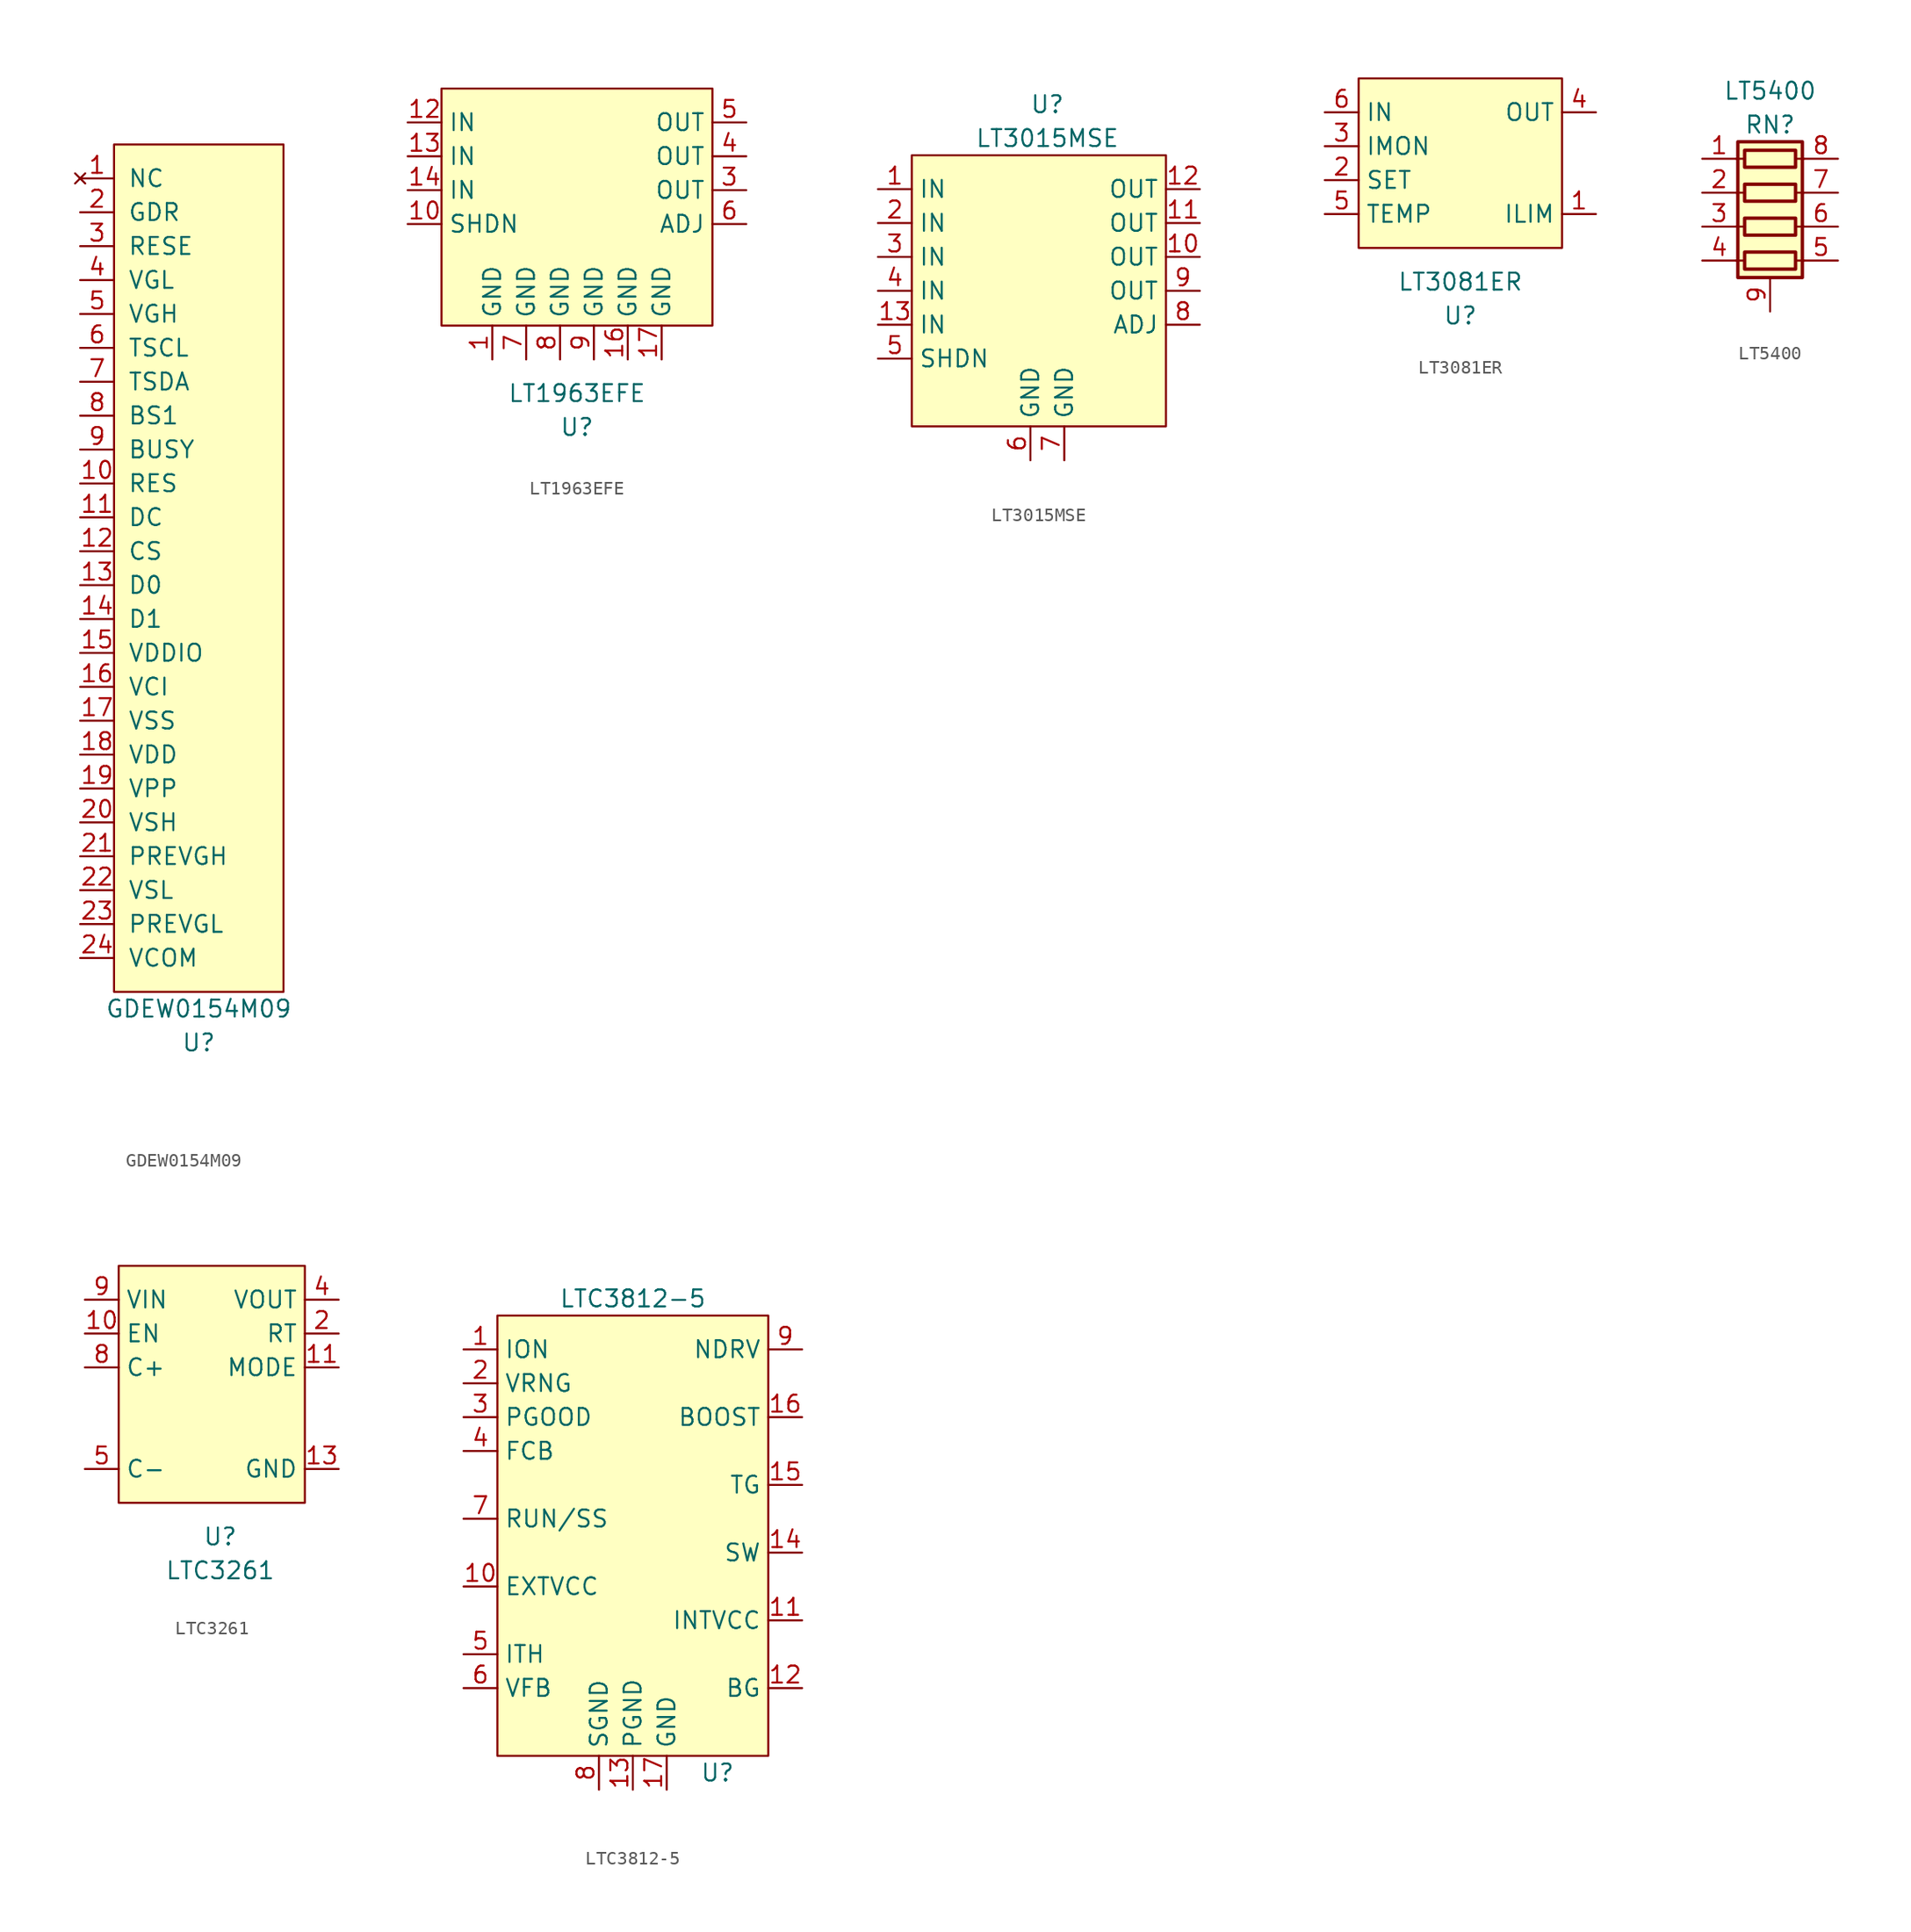
<source format=kicad_sym>
(kicad_symbol_lib
  (version 20211014)
  (generator kicad_symbol_editor)
  (symbol "GDEW0154M09"
    (pin_names
      (offset 1.016))
    (property "Reference" "U"
      (at 2.54 -3.81 0)
      (effects (font (size 1.27 1.27))))
    (property "Value" "GDEW0154M09"
      (at 2.54 -1.27 0)
      (effects (font (size 1.27 1.27))))
    (symbol "GDEW0154M09_0_1"
      (rectangle (start -3.81 63.5) (end 8.89 0) (stroke (width 0) (type default) (color 0 0 0 0)) (fill (type background))))
    (symbol "GDEW0154M09_1_1"
      (pin no_connect line (at -6.35 60.96 0) (length 2.54) (name "NC" (effects (font (size 1.27 1.27)))) (number "1" (effects (font (size 1.27 1.27)))))
      (pin bidirectional line (at -6.35 38.1 0) (length 2.54) (name "RES" (effects (font (size 1.27 1.27)))) (number "10" (effects (font (size 1.27 1.27)))))
      (pin bidirectional line (at -6.35 35.56 0) (length 2.54) (name "DC" (effects (font (size 1.27 1.27)))) (number "11" (effects (font (size 1.27 1.27)))))
      (pin bidirectional line (at -6.35 33.02 0) (length 2.54) (name "CS" (effects (font (size 1.27 1.27)))) (number "12" (effects (font (size 1.27 1.27)))))
      (pin bidirectional line (at -6.35 30.48 0) (length 2.54) (name "D0" (effects (font (size 1.27 1.27)))) (number "13" (effects (font (size 1.27 1.27)))))
      (pin bidirectional line (at -6.35 27.94 0) (length 2.54) (name "D1" (effects (font (size 1.27 1.27)))) (number "14" (effects (font (size 1.27 1.27)))))
      (pin power_in line (at -6.35 25.4 0) (length 2.54) (name "VDDIO" (effects (font (size 1.27 1.27)))) (number "15" (effects (font (size 1.27 1.27)))))
      (pin power_in line (at -6.35 22.86 0) (length 2.54) (name "VCI" (effects (font (size 1.27 1.27)))) (number "16" (effects (font (size 1.27 1.27)))))
      (pin power_in line (at -6.35 20.32 0) (length 2.54) (name "VSS" (effects (font (size 1.27 1.27)))) (number "17" (effects (font (size 1.27 1.27)))))
      (pin bidirectional line (at -6.35 17.78 0) (length 2.54) (name "VDD" (effects (font (size 1.27 1.27)))) (number "18" (effects (font (size 1.27 1.27)))))
      (pin bidirectional line (at -6.35 15.24 0) (length 2.54) (name "VPP" (effects (font (size 1.27 1.27)))) (number "19" (effects (font (size 1.27 1.27)))))
      (pin bidirectional line (at -6.35 58.42 0) (length 2.54) (name "GDR" (effects (font (size 1.27 1.27)))) (number "2" (effects (font (size 1.27 1.27)))))
      (pin bidirectional line (at -6.35 12.7 0) (length 2.54) (name "VSH" (effects (font (size 1.27 1.27)))) (number "20" (effects (font (size 1.27 1.27)))))
      (pin bidirectional line (at -6.35 10.16 0) (length 2.54) (name "PREVGH" (effects (font (size 1.27 1.27)))) (number "21" (effects (font (size 1.27 1.27)))))
      (pin bidirectional line (at -6.35 7.62 0) (length 2.54) (name "VSL" (effects (font (size 1.27 1.27)))) (number "22" (effects (font (size 1.27 1.27)))))
      (pin bidirectional line (at -6.35 5.08 0) (length 2.54) (name "PREVGL" (effects (font (size 1.27 1.27)))) (number "23" (effects (font (size 1.27 1.27)))))
      (pin bidirectional line (at -6.35 2.54 0) (length 2.54) (name "VCOM" (effects (font (size 1.27 1.27)))) (number "24" (effects (font (size 1.27 1.27)))))
      (pin bidirectional line (at -6.35 55.88 0) (length 2.54) (name "RESE" (effects (font (size 1.27 1.27)))) (number "3" (effects (font (size 1.27 1.27)))))
      (pin bidirectional line (at -6.35 53.34 0) (length 2.54) (name "VGL" (effects (font (size 1.27 1.27)))) (number "4" (effects (font (size 1.27 1.27)))))
      (pin bidirectional line (at -6.35 50.8 0) (length 2.54) (name "VGH" (effects (font (size 1.27 1.27)))) (number "5" (effects (font (size 1.27 1.27)))))
      (pin bidirectional line (at -6.35 48.26 0) (length 2.54) (name "TSCL" (effects (font (size 1.27 1.27)))) (number "6" (effects (font (size 1.27 1.27)))))
      (pin bidirectional line (at -6.35 45.72 0) (length 2.54) (name "TSDA" (effects (font (size 1.27 1.27)))) (number "7" (effects (font (size 1.27 1.27)))))
      (pin input line (at -6.35 43.18 0) (length 2.54) (name "BS1" (effects (font (size 1.27 1.27)))) (number "8" (effects (font (size 1.27 1.27)))))
      (pin bidirectional line (at -6.35 40.64 0) (length 2.54) (name "BUSY" (effects (font (size 1.27 1.27)))) (number "9" (effects (font (size 1.27 1.27)))))))
  (symbol "LT1963EFE"
    (property "Reference" "U"
      (at 0 -5.08 0)
      (effects (font (size 1.27 1.27))))
    (property "Value" "LT1963EFE"
      (at 0 -2.54 0)
      (effects (font (size 1.27 1.27))))
    (symbol "LT1963EFE_0_0"
      (pin power_in line (at -6.35 0 90) (length 2.54) (name "GND" (effects (font (size 1.27 1.27)))) (number "1" (effects (font (size 1.27 1.27)))))
      (pin input line (at -12.7 10.16 0) (length 2.54) (name "SHDN" (effects (font (size 1.27 1.27)))) (number "10" (effects (font (size 1.27 1.27)))))
      (pin no_connect line (at -1.27 15.24 90) (length 2.54) hide (name "NC" (effects (font (size 1.27 1.27)))) (number "11" (effects (font (size 1.27 1.27)))))
      (pin power_in line (at -12.7 17.78 0) (length 2.54) (name "IN" (effects (font (size 1.27 1.27)))) (number "12" (effects (font (size 1.27 1.27)))))
      (pin power_in line (at -12.7 15.24 0) (length 2.54) (name "IN" (effects (font (size 1.27 1.27)))) (number "13" (effects (font (size 1.27 1.27)))))
      (pin power_in line (at -12.7 12.7 0) (length 2.54) (name "IN" (effects (font (size 1.27 1.27)))) (number "14" (effects (font (size 1.27 1.27)))))
      (pin no_connect line (at 1.27 15.24 90) (length 2.54) hide (name "NC" (effects (font (size 1.27 1.27)))) (number "15" (effects (font (size 1.27 1.27)))))
      (pin power_in line (at 3.81 0 90) (length 2.54) (name "GND" (effects (font (size 1.27 1.27)))) (number "16" (effects (font (size 1.27 1.27)))))
      (pin power_in line (at 6.35 0 90) (length 2.54) (name "GND" (effects (font (size 1.27 1.27)))) (number "17" (effects (font (size 1.27 1.27)))))
      (pin no_connect line (at -3.81 15.24 90) (length 2.54) hide (name "NC" (effects (font (size 1.27 1.27)))) (number "2" (effects (font (size 1.27 1.27)))))
      (pin power_out line (at 12.7 12.7 180) (length 2.54) (name "OUT" (effects (font (size 1.27 1.27)))) (number "3" (effects (font (size 1.27 1.27)))))
      (pin power_out line (at 12.7 15.24 180) (length 2.54) (name "OUT" (effects (font (size 1.27 1.27)))) (number "4" (effects (font (size 1.27 1.27)))))
      (pin power_out line (at 12.7 17.78 180) (length 2.54) (name "OUT" (effects (font (size 1.27 1.27)))) (number "5" (effects (font (size 1.27 1.27)))))
      (pin input line (at 12.7 10.16 180) (length 2.54) (name "ADJ" (effects (font (size 1.27 1.27)))) (number "6" (effects (font (size 1.27 1.27)))))
      (pin power_in line (at -3.81 0 90) (length 2.54) (name "GND" (effects (font (size 1.27 1.27)))) (number "7" (effects (font (size 1.27 1.27)))))
      (pin power_in line (at -1.27 0 90) (length 2.54) (name "GND" (effects (font (size 1.27 1.27)))) (number "8" (effects (font (size 1.27 1.27)))))
      (pin power_in line (at 1.27 0 90) (length 2.54) (name "GND" (effects (font (size 1.27 1.27)))) (number "9" (effects (font (size 1.27 1.27))))))
    (symbol "LT1963EFE_0_1"
      (rectangle (start -10.16 20.32) (end 10.16 2.54) (stroke (width 0) (type default) (color 0 0 0 0)) (fill (type background)))))
  (symbol "LT3015MSE"
    (property "Reference" "U"
      (at 0 25.4 0)
      (effects (font (size 1.27 1.27))))
    (property "Value" "LT3015MSE"
      (at 0 22.86 0)
      (effects (font (size 1.27 1.27))))
    (symbol "LT3015MSE_0_0"
      (pin power_in line (at -12.7 19.05 0) (length 2.54) (name "IN" (effects (font (size 1.27 1.27)))) (number "1" (effects (font (size 1.27 1.27)))))
      (pin power_out line (at 11.43 13.97 180) (length 2.54) (name "OUT" (effects (font (size 1.27 1.27)))) (number "10" (effects (font (size 1.27 1.27)))))
      (pin power_out line (at 11.43 16.51 180) (length 2.54) (name "OUT" (effects (font (size 1.27 1.27)))) (number "11" (effects (font (size 1.27 1.27)))))
      (pin power_out line (at 11.43 19.05 180) (length 2.54) (name "OUT" (effects (font (size 1.27 1.27)))) (number "12" (effects (font (size 1.27 1.27)))))
      (pin power_in line (at -12.7 8.89 0) (length 2.54) (name "IN" (effects (font (size 1.27 1.27)))) (number "13" (effects (font (size 1.27 1.27)))))
      (pin power_in line (at -12.7 16.51 0) (length 2.54) (name "IN" (effects (font (size 1.27 1.27)))) (number "2" (effects (font (size 1.27 1.27)))))
      (pin power_in line (at -12.7 13.97 0) (length 2.54) (name "IN" (effects (font (size 1.27 1.27)))) (number "3" (effects (font (size 1.27 1.27)))))
      (pin power_in line (at -12.7 11.43 0) (length 2.54) (name "IN" (effects (font (size 1.27 1.27)))) (number "4" (effects (font (size 1.27 1.27)))))
      (pin input line (at -12.7 6.35 0) (length 2.54) (name "SHDN" (effects (font (size 1.27 1.27)))) (number "5" (effects (font (size 1.27 1.27)))))
      (pin power_in line (at -1.27 -1.27 90) (length 2.54) (name "GND" (effects (font (size 1.27 1.27)))) (number "6" (effects (font (size 1.27 1.27)))))
      (pin power_in line (at 1.27 -1.27 90) (length 2.54) (name "GND" (effects (font (size 1.27 1.27)))) (number "7" (effects (font (size 1.27 1.27)))))
      (pin input line (at 11.43 8.89 180) (length 2.54) (name "ADJ" (effects (font (size 1.27 1.27)))) (number "8" (effects (font (size 1.27 1.27)))))
      (pin power_out line (at 11.43 11.43 180) (length 2.54) (name "OUT" (effects (font (size 1.27 1.27)))) (number "9" (effects (font (size 1.27 1.27))))))
    (symbol "LT3015MSE_0_1"
      (rectangle (start -10.16 21.59) (end 8.89 1.27) (stroke (width 0) (type default) (color 0 0 0 0)) (fill (type background)))))
  (symbol "LT3081ER"
    (property "Reference" "U"
      (at 0 -5.08 0)
      (effects (font (size 1.27 1.27))))
    (property "Value" "LT3081ER"
      (at 0 -2.54 0)
      (effects (font (size 1.27 1.27))))
    (symbol "LT3081ER_0_1"
      (rectangle (start -7.62 12.7) (end 7.62 0) (stroke (width 0) (type default) (color 0 0 0 0)) (fill (type background))))
    (symbol "LT3081ER_1_1"
      (pin passive line (at 10.16 2.54 180) (length 2.54) (name "ILIM" (effects (font (size 1.27 1.27)))) (number "1" (effects (font (size 1.27 1.27)))))
      (pin input line (at -10.16 5.08 0) (length 2.54) (name "SET" (effects (font (size 1.27 1.27)))) (number "2" (effects (font (size 1.27 1.27)))))
      (pin output line (at -10.16 7.62 0) (length 2.54) (name "IMON" (effects (font (size 1.27 1.27)))) (number "3" (effects (font (size 1.27 1.27)))))
      (pin power_out line (at 10.16 10.16 180) (length 2.54) (name "OUT" (effects (font (size 1.27 1.27)))) (number "4" (effects (font (size 1.27 1.27)))))
      (pin output line (at -10.16 2.54 0) (length 2.54) (name "TEMP" (effects (font (size 1.27 1.27)))) (number "5" (effects (font (size 1.27 1.27)))))
      (pin power_in line (at -10.16 10.16 0) (length 2.54) (name "IN" (effects (font (size 1.27 1.27)))) (number "6" (effects (font (size 1.27 1.27)))))
      (pin no_connect line (at 0 6.985 90) (length 2.54) hide (name "NC" (effects (font (size 1.27 1.27)))) (number "7" (effects (font (size 1.27 1.27)))))))
  (symbol "LT5400"
    (pin_names
      (offset 0) hide)
    (property "Reference" "RN"
      (at -1.27 6.35 0)
      (effects (font (size 1.27 1.27))))
    (property "Value" "LT5400"
      (at -1.27 8.89 0)
      (effects (font (size 1.27 1.27))))
    (symbol "LT5400_0_1"
      (rectangle (start -3.683 5.08) (end 1.143 -5.08) (stroke (width 0.254) (type default) (color 0 0 0 0)) (fill (type background)))
      (polyline (pts (xy -3.81 -3.81) (xy -3.175 -3.81)) (stroke (width 0) (type default) (color 0 0 0 0)) (fill (type none)))
      (polyline (pts (xy -3.81 -1.27) (xy -3.175 -1.27)) (stroke (width 0) (type default) (color 0 0 0 0)) (fill (type none)))
      (polyline (pts (xy -3.81 1.27) (xy -3.175 1.27)) (stroke (width 0) (type default) (color 0 0 0 0)) (fill (type none)))
      (polyline (pts (xy -3.81 3.81) (xy -3.175 3.81)) (stroke (width 0) (type default) (color 0 0 0 0)) (fill (type none)))
      (polyline (pts (xy 0.635 -3.81) (xy 1.27 -3.81)) (stroke (width 0) (type default) (color 0 0 0 0)) (fill (type none)))
      (polyline (pts (xy 0.635 -1.27) (xy 1.27 -1.27)) (stroke (width 0) (type default) (color 0 0 0 0)) (fill (type none)))
      (polyline (pts (xy 0.635 1.27) (xy 1.27 1.27)) (stroke (width 0) (type default) (color 0 0 0 0)) (fill (type none)))
      (polyline (pts (xy 0.635 3.81) (xy 1.27 3.81)) (stroke (width 0) (type default) (color 0 0 0 0)) (fill (type none)))
      (rectangle (start 0.635 -3.175) (end -3.175 -4.445) (stroke (width 0.254) (type default) (color 0 0 0 0)) (fill (type none)))
      (rectangle (start 0.635 -0.635) (end -3.175 -1.905) (stroke (width 0.254) (type default) (color 0 0 0 0)) (fill (type none)))
      (rectangle (start 0.635 1.905) (end -3.175 0.635) (stroke (width 0.254) (type default) (color 0 0 0 0)) (fill (type none)))
      (rectangle (start 0.635 4.445) (end -3.175 3.175) (stroke (width 0.254) (type default) (color 0 0 0 0)) (fill (type none))))
    (symbol "LT5400_1_1"
      (pin passive line (at -6.35 3.81 0) (length 2.54) (name "R1.1" (effects (font (size 1.27 1.27)))) (number "1" (effects (font (size 1.27 1.27)))))
      (pin passive line (at -6.35 1.27 0) (length 2.54) (name "R2.1" (effects (font (size 1.27 1.27)))) (number "2" (effects (font (size 1.27 1.27)))))
      (pin passive line (at -6.35 -1.27 0) (length 2.54) (name "R3.1" (effects (font (size 1.27 1.27)))) (number "3" (effects (font (size 1.27 1.27)))))
      (pin passive line (at -6.35 -3.81 0) (length 2.54) (name "R4.1" (effects (font (size 1.27 1.27)))) (number "4" (effects (font (size 1.27 1.27)))))
      (pin passive line (at 3.81 -3.81 180) (length 2.54) (name "R4.2" (effects (font (size 1.27 1.27)))) (number "5" (effects (font (size 1.27 1.27)))))
      (pin passive line (at 3.81 -1.27 180) (length 2.54) (name "R3.2" (effects (font (size 1.27 1.27)))) (number "6" (effects (font (size 1.27 1.27)))))
      (pin passive line (at 3.81 1.27 180) (length 2.54) (name "R2.2" (effects (font (size 1.27 1.27)))) (number "7" (effects (font (size 1.27 1.27)))))
      (pin passive line (at 3.81 3.81 180) (length 2.54) (name "R1.2" (effects (font (size 1.27 1.27)))) (number "8" (effects (font (size 1.27 1.27)))))
      (pin passive line (at -1.27 -7.62 90) (length 2.54) (name "EP" (effects (font (size 1.27 1.27)))) (number "9" (effects (font (size 1.27 1.27)))))))
  (symbol "LTC3261"
    (property "Reference" "U"
      (at 0 -1.27 0)
      (effects (font (size 1.27 1.27))))
    (property "Value" "LTC3261"
      (at 0 -3.81 0)
      (effects (font (size 1.27 1.27))))
    (symbol "LTC3261_0_0"
      (pin no_connect line (at -3.175 4.445 90) (length 2.54) hide (name "NC" (effects (font (size 1.27 1.27)))) (number "1" (effects (font (size 1.27 1.27)))))
      (pin input line (at -10.16 13.97 0) (length 2.54) (name "EN" (effects (font (size 1.27 1.27)))) (number "10" (effects (font (size 1.27 1.27)))))
      (pin input line (at 8.89 11.43 180) (length 2.54) (name "MODE" (effects (font (size 1.27 1.27)))) (number "11" (effects (font (size 1.27 1.27)))))
      (pin no_connect line (at 1.905 4.445 90) (length 2.54) hide (name "NC" (effects (font (size 1.27 1.27)))) (number "12" (effects (font (size 1.27 1.27)))))
      (pin power_in line (at 8.89 3.81 180) (length 2.54) (name "GND" (effects (font (size 1.27 1.27)))) (number "13" (effects (font (size 1.27 1.27)))))
      (pin input line (at 8.89 13.97 180) (length 2.54) (name "RT" (effects (font (size 1.27 1.27)))) (number "2" (effects (font (size 1.27 1.27)))))
      (pin no_connect line (at -1.905 4.445 90) (length 2.54) hide (name "NC" (effects (font (size 1.27 1.27)))) (number "3" (effects (font (size 1.27 1.27)))))
      (pin power_out line (at 8.89 16.51 180) (length 2.54) (name "VOUT" (effects (font (size 1.27 1.27)))) (number "4" (effects (font (size 1.27 1.27)))))
      (pin bidirectional line (at -10.16 3.81 0) (length 2.54) (name "C-" (effects (font (size 1.27 1.27)))) (number "5" (effects (font (size 1.27 1.27)))))
      (pin no_connect line (at -0.635 4.445 90) (length 2.54) hide (name "NC" (effects (font (size 1.27 1.27)))) (number "6" (effects (font (size 1.27 1.27)))))
      (pin no_connect line (at 0.635 4.445 90) (length 2.54) hide (name "NC" (effects (font (size 1.27 1.27)))) (number "7" (effects (font (size 1.27 1.27)))))
      (pin bidirectional line (at -10.16 11.43 0) (length 2.54) (name "C+" (effects (font (size 1.27 1.27)))) (number "8" (effects (font (size 1.27 1.27)))))
      (pin power_in line (at -10.16 16.51 0) (length 2.54) (name "VIN" (effects (font (size 1.27 1.27)))) (number "9" (effects (font (size 1.27 1.27))))))
    (symbol "LTC3261_0_1"
      (rectangle (start -7.62 19.05) (end 6.35 1.27) (stroke (width 0) (type default) (color 0 0 0 0)) (fill (type background)))))
  (symbol "LTC3812-5"
    (property "Reference" "U"
      (at 6.35 -16.51 0)
      (effects (font (size 1.27 1.27))))
    (property "Value" "LTC3812-5"
      (at 0 19.05 0)
      (effects (font (size 1.27 1.27))))
    (symbol "LTC3812-5_0_0"
      (pin input line (at -12.7 15.24 0) (length 2.54) (name "ION" (effects (font (size 1.27 1.27)))) (number "1" (effects (font (size 1.27 1.27)))))
      (pin power_in line (at -12.7 -2.54 0) (length 2.54) (name "EXTVCC" (effects (font (size 1.27 1.27)))) (number "10" (effects (font (size 1.27 1.27)))))
      (pin power_out line (at 12.7 -5.08 180) (length 2.54) (name "INTVCC" (effects (font (size 1.27 1.27)))) (number "11" (effects (font (size 1.27 1.27)))))
      (pin output line (at 12.7 -10.16 180) (length 2.54) (name "BG" (effects (font (size 1.27 1.27)))) (number "12" (effects (font (size 1.27 1.27)))))
      (pin power_in line (at 0 -17.78 90) (length 2.54) (name "PGND" (effects (font (size 1.27 1.27)))) (number "13" (effects (font (size 1.27 1.27)))))
      (pin power_out line (at 12.7 0 180) (length 2.54) (name "SW" (effects (font (size 1.27 1.27)))) (number "14" (effects (font (size 1.27 1.27)))))
      (pin output line (at 12.7 5.08 180) (length 2.54) (name "TG" (effects (font (size 1.27 1.27)))) (number "15" (effects (font (size 1.27 1.27)))))
      (pin power_in line (at 12.7 10.16 180) (length 2.54) (name "BOOST" (effects (font (size 1.27 1.27)))) (number "16" (effects (font (size 1.27 1.27)))))
      (pin power_in line (at 2.54 -17.78 90) (length 2.54) (name "GND" (effects (font (size 1.27 1.27)))) (number "17" (effects (font (size 1.27 1.27)))))
      (pin input line (at -12.7 12.7 0) (length 2.54) (name "VRNG" (effects (font (size 1.27 1.27)))) (number "2" (effects (font (size 1.27 1.27)))))
      (pin output line (at -12.7 10.16 0) (length 2.54) (name "PGOOD" (effects (font (size 1.27 1.27)))) (number "3" (effects (font (size 1.27 1.27)))))
      (pin input line (at -12.7 7.62 0) (length 2.54) (name "FCB" (effects (font (size 1.27 1.27)))) (number "4" (effects (font (size 1.27 1.27)))))
      (pin bidirectional line (at -12.7 -7.62 0) (length 2.54) (name "ITH" (effects (font (size 1.27 1.27)))) (number "5" (effects (font (size 1.27 1.27)))))
      (pin input line (at -12.7 -10.16 0) (length 2.54) (name "VFB" (effects (font (size 1.27 1.27)))) (number "6" (effects (font (size 1.27 1.27)))))
      (pin input line (at -12.7 2.54 0) (length 2.54) (name "RUN/SS" (effects (font (size 1.27 1.27)))) (number "7" (effects (font (size 1.27 1.27)))))
      (pin power_in line (at -2.54 -17.78 90) (length 2.54) (name "SGND" (effects (font (size 1.27 1.27)))) (number "8" (effects (font (size 1.27 1.27)))))
      (pin output line (at 12.7 15.24 180) (length 2.54) (name "NDRV" (effects (font (size 1.27 1.27)))) (number "9" (effects (font (size 1.27 1.27))))))
    (symbol "LTC3812-5_0_1"
      (rectangle (start -10.16 17.78) (end 10.16 -15.24) (stroke (width 0) (type default) (color 0 0 0 0)) (fill (type background))))))
</source>
